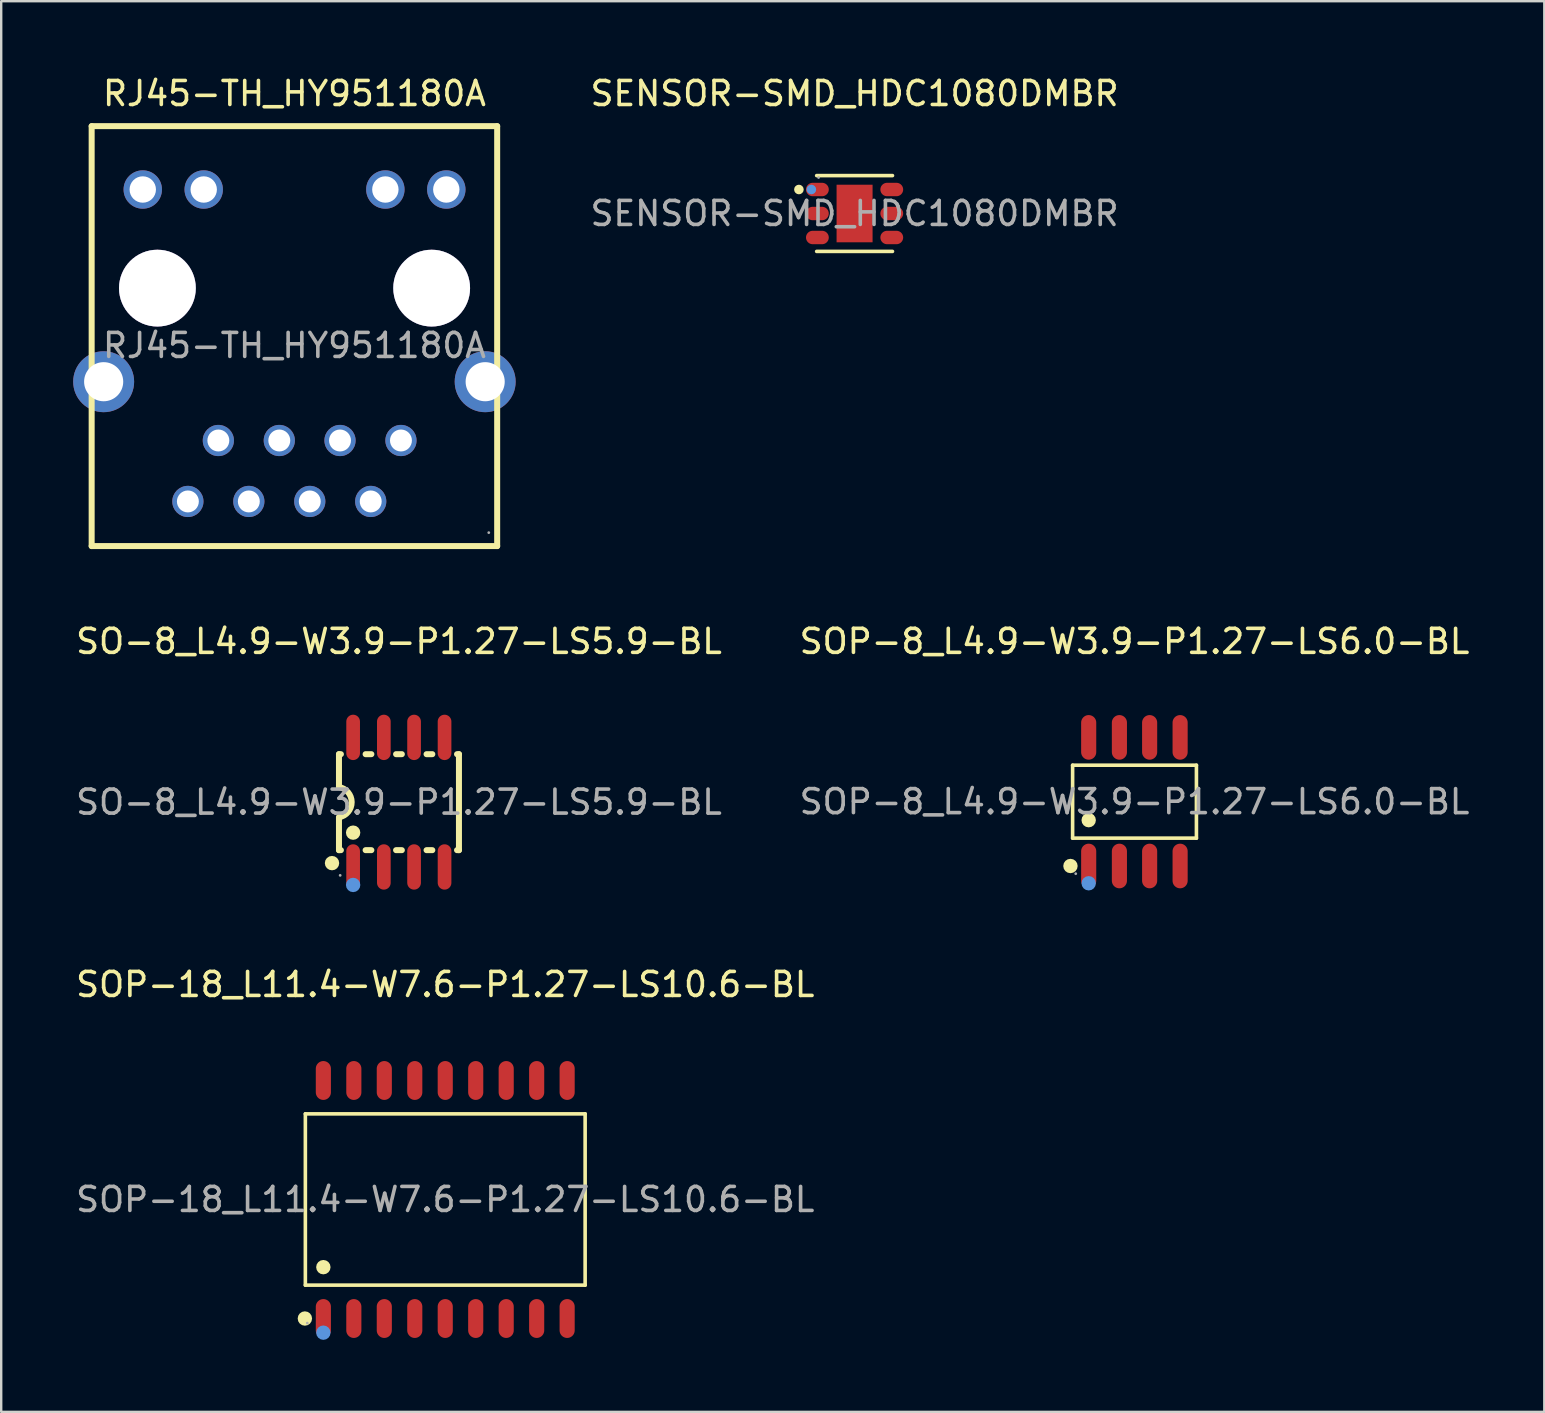
<source format=kicad_pcb>
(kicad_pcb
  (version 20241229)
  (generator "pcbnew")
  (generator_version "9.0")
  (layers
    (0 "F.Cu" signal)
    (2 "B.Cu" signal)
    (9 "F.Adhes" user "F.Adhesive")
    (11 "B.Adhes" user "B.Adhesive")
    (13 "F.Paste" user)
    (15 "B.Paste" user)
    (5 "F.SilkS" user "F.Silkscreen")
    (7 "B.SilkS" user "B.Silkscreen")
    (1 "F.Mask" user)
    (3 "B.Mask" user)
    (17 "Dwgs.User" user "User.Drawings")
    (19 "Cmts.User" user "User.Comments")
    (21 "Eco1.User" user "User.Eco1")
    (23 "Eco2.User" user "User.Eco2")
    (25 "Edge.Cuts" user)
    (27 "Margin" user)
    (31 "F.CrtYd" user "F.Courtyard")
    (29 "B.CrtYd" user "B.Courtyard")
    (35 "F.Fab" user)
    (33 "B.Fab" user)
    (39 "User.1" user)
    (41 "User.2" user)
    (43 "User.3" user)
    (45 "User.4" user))
  (footprint "SENSOR-SMD_HDC1080DMBR"
    (layer "F.Cu")
    (at 32.565 5.848)
    (property "Reference" "SENSOR-SMD_HDC1080DMBR" (at 0 -5 0) (layer "F.SilkS") (effects (font (size 1 1) (thickness 0.15))))
    (attr smd)
    (fp_line (start -1.58 -1.58) (end 1.58 -1.58) (stroke (width 0.15) (type solid)) (layer "F.SilkS"))
    (fp_line (start -1.58 1.58) (end 1.58 1.58) (stroke (width 0.15) (type solid)) (layer "F.SilkS"))
    (fp_circle (center -2.32 -1) (end -2.22 -1) (stroke (width 0.2) (type solid)) (fill no) (layer "F.SilkS"))
    (fp_circle (center -1.8 -1) (end -1.7 -1) (stroke (width 0.2) (type solid)) (fill no) (layer "Cmts.User"))
    (fp_circle (center -1.5 -1.5) (end -1.47 -1.5) (stroke (width 0.06) (type solid)) (fill no) (layer "F.Fab"))
    (fp_text user "${REFERENCE}" (at 0 0 0) (layer "F.Fab") (effects (font (size 1 1) (thickness 0.15))))
    (pad "1" smd oval (at -1.55 -1) (size 0.95 0.56) (layers "F.Cu" "F.Mask" "F.Paste"))
    (pad "2" smd oval (at -1.55 0) (size 0.95 0.56) (layers "F.Cu" "F.Mask" "F.Paste"))
    (pad "3" smd oval (at -1.55 1) (size 0.95 0.56) (layers "F.Cu" "F.Mask" "F.Paste"))
    (pad "4" smd oval (at 1.55 1) (size 0.95 0.56) (layers "F.Cu" "F.Mask" "F.Paste"))
    (pad "5" smd oval (at 1.55 0) (size 0.95 0.56) (layers "F.Cu" "F.Mask" "F.Paste"))
    (pad "6" smd oval (at 1.55 -1) (size 0.95 0.56) (layers "F.Cu" "F.Mask" "F.Paste"))
    (pad "7" smd rect (at 0 0) (size 1.5 2.4) (layers "F.Cu" "F.Mask" "F.Paste")))
  (footprint "SO-8_L4.9-W3.9-P1.27-LS5.9-BL"
    (layer "F.Cu")
    (at 13.577 30.381)
    (property "Reference" "SO-8_L4.9-W3.9-P1.27-LS5.9-BL" (at 0 -6.7 0) (layer "F.SilkS") (effects (font (size 1 1) (thickness 0.15))))
    (attr smd)
    (fp_line (start -2.5 -2) (end -2.5 -0.63) (stroke (width 0.25) (type solid)) (layer "F.SilkS"))
    (fp_line (start -2.5 -2) (end -2.42 -2) (stroke (width 0.25) (type solid)) (layer "F.SilkS"))
    (fp_line (start -2.5 2) (end -2.5 0.63) (stroke (width 0.25) (type solid)) (layer "F.SilkS"))
    (fp_line (start -2.5 2) (end -2.42 2) (stroke (width 0.25) (type solid)) (layer "F.SilkS"))
    (fp_line (start -1.39 -2) (end -1.15 -2) (stroke (width 0.25) (type solid)) (layer "F.SilkS"))
    (fp_line (start -1.39 2) (end -1.15 2) (stroke (width 0.25) (type solid)) (layer "F.SilkS"))
    (fp_line (start -0.12 -2) (end 0.12 -2) (stroke (width 0.25) (type solid)) (layer "F.SilkS"))
    (fp_line (start -0.12 2) (end 0.12 2) (stroke (width 0.25) (type solid)) (layer "F.SilkS"))
    (fp_line (start 1.15 -2) (end 1.39 -2) (stroke (width 0.25) (type solid)) (layer "F.SilkS"))
    (fp_line (start 1.15 2) (end 1.39 2) (stroke (width 0.25) (type solid)) (layer "F.SilkS"))
    (fp_line (start 2.42 -2) (end 2.5 -2) (stroke (width 0.25) (type solid)) (layer "F.SilkS"))
    (fp_line (start 2.42 2) (end 2.5 2) (stroke (width 0.25) (type solid)) (layer "F.SilkS"))
    (fp_line (start 2.5 -2) (end 2.5 2) (stroke (width 0.25) (type solid)) (layer "F.SilkS"))
    (fp_arc (start -2.5 -0.63) (mid -1.970474 -0.002632) (end -2.494818 0.629073) (stroke (width 0.25) (type solid)) (layer "F.SilkS"))
    (fp_circle (center -2.79 2.54) (end -2.64 2.54) (stroke (width 0.3) (type solid)) (fill no) (layer "F.SilkS"))
    (fp_circle (center -1.91 1.27) (end -1.76 1.27) (stroke (width 0.3) (type solid)) (fill no) (layer "F.SilkS"))
    (fp_circle (center -1.91 3.45) (end -1.76 3.45) (stroke (width 0.3) (type solid)) (fill no) (layer "Cmts.User"))
    (fp_circle (center -2.45 3.05) (end -2.42 3.05) (stroke (width 0.06) (type solid)) (fill no) (layer "F.Fab"))
    (fp_text user "${REFERENCE}" (at 0 0 0) (layer "F.Fab") (effects (font (size 1 1) (thickness 0.15))))
    (pad "1" smd oval (at -1.91 2.7) (size 0.57 1.89) (layers "F.Cu" "F.Mask" "F.Paste"))
    (pad "2" smd oval (at -0.63 2.7) (size 0.57 1.89) (layers "F.Cu" "F.Mask" "F.Paste"))
    (pad "3" smd oval (at 0.63 2.7) (size 0.57 1.89) (layers "F.Cu" "F.Mask" "F.Paste"))
    (pad "4" smd oval (at 1.9 2.7) (size 0.57 1.89) (layers "F.Cu" "F.Mask" "F.Paste"))
    (pad "5" smd oval (at 1.9 -2.7) (size 0.57 1.89) (layers "F.Cu" "F.Mask" "F.Paste"))
    (pad "6" smd oval (at 0.63 -2.7) (size 0.57 1.89) (layers "F.Cu" "F.Mask" "F.Paste"))
    (pad "7" smd oval (at -0.63 -2.7) (size 0.57 1.89) (layers "F.Cu" "F.Mask" "F.Paste"))
    (pad "8" smd oval (at -1.91 -2.7) (size 0.57 1.89) (layers "F.Cu" "F.Mask" "F.Paste")))
  (footprint "SOP-8_L4.9-W3.9-P1.27-LS6.0-BL"
    (layer "F.Cu")
    (at 44.232 30.361)
    (property "Reference" "SOP-8_L4.9-W3.9-P1.27-LS6.0-BL" (at 0 -6.68 0) (layer "F.SilkS") (effects (font (size 1 1) (thickness 0.15))))
    (attr smd)
    (fp_line (start -2.58 -1.52) (end 2.58 -1.52) (stroke (width 0.15) (type solid)) (layer "F.SilkS"))
    (fp_line (start -2.58 1.52) (end -2.58 -1.52) (stroke (width 0.15) (type solid)) (layer "F.SilkS"))
    (fp_line (start 2.58 -1.52) (end 2.58 1.52) (stroke (width 0.15) (type solid)) (layer "F.SilkS"))
    (fp_line (start 2.58 1.52) (end -2.58 1.52) (stroke (width 0.15) (type solid)) (layer "F.SilkS"))
    (fp_circle (center -2.67 2.68) (end -2.52 2.68) (stroke (width 0.3) (type solid)) (fill no) (layer "F.SilkS"))
    (fp_circle (center -1.91 0.77) (end -1.76 0.77) (stroke (width 0.3) (type solid)) (fill no) (layer "F.SilkS"))
    (fp_circle (center -1.91 3.4) (end -1.76 3.4) (stroke (width 0.3) (type solid)) (fill no) (layer "Cmts.User"))
    (fp_circle (center -2.45 3) (end -2.42 3) (stroke (width 0.06) (type solid)) (fill no) (layer "F.Fab"))
    (fp_text user "${REFERENCE}" (at 0 0 0) (layer "F.Fab") (effects (font (size 1 1) (thickness 0.15))))
    (pad "1" smd oval (at -1.91 2.68) (size 0.63 1.86) (layers "F.Cu" "F.Mask" "F.Paste"))
    (pad "2" smd oval (at -0.63 2.68) (size 0.63 1.86) (layers "F.Cu" "F.Mask" "F.Paste"))
    (pad "3" smd oval (at 0.63 2.68) (size 0.63 1.86) (layers "F.Cu" "F.Mask" "F.Paste"))
    (pad "4" smd oval (at 1.9 2.68) (size 0.63 1.86) (layers "F.Cu" "F.Mask" "F.Paste"))
    (pad "5" smd oval (at 1.9 -2.68) (size 0.63 1.86) (layers "F.Cu" "F.Mask" "F.Paste"))
    (pad "6" smd oval (at 0.63 -2.68) (size 0.63 1.86) (layers "F.Cu" "F.Mask" "F.Paste"))
    (pad "7" smd oval (at -0.63 -2.68) (size 0.63 1.86) (layers "F.Cu" "F.Mask" "F.Paste"))
    (pad "8" smd oval (at -1.91 -2.68) (size 0.63 1.86) (layers "F.Cu" "F.Mask" "F.Paste")))
  (footprint "SOP-18_L11.4-W7.6-P1.27-LS10.6-BL"
    (layer "F.Cu")
    (at 15.506 46.94)
    (property "Reference" "SOP-18_L11.4-W7.6-P1.27-LS10.6-BL" (at 0 -8.96 0) (layer "F.SilkS") (effects (font (size 1 1) (thickness 0.15))))
    (attr smd)
    (fp_line (start -5.83 -3.57) (end 5.83 -3.57) (stroke (width 0.15) (type solid)) (layer "F.SilkS"))
    (fp_line (start -5.83 3.57) (end -5.83 -3.57) (stroke (width 0.15) (type solid)) (layer "F.SilkS"))
    (fp_line (start 5.83 -3.57) (end 5.83 3.57) (stroke (width 0.15) (type solid)) (layer "F.SilkS"))
    (fp_line (start 5.83 3.57) (end -5.83 3.57) (stroke (width 0.15) (type solid)) (layer "F.SilkS"))
    (fp_circle (center -5.85 4.96) (end -5.7 4.96) (stroke (width 0.3) (type solid)) (fill no) (layer "F.SilkS"))
    (fp_circle (center -5.08 2.82) (end -4.93 2.82) (stroke (width 0.3) (type solid)) (fill no) (layer "F.SilkS"))
    (fp_circle (center -5.08 5.55) (end -4.93 5.55) (stroke (width 0.3) (type solid)) (fill no) (layer "Cmts.User"))
    (fp_circle (center -5.75 5.15) (end -5.72 5.15) (stroke (width 0.06) (type solid)) (fill no) (layer "F.Fab"))
    (fp_text user "${REFERENCE}" (at 0 0 0) (layer "F.Fab") (effects (font (size 1 1) (thickness 0.15))))
    (pad "1" smd oval (at -5.08 4.96) (size 0.63 1.62) (layers "F.Cu" "F.Mask" "F.Paste"))
    (pad "2" smd oval (at -3.81 4.96) (size 0.63 1.62) (layers "F.Cu" "F.Mask" "F.Paste"))
    (pad "3" smd oval (at -2.54 4.96) (size 0.63 1.62) (layers "F.Cu" "F.Mask" "F.Paste"))
    (pad "4" smd oval (at -1.27 4.96) (size 0.63 1.62) (layers "F.Cu" "F.Mask" "F.Paste"))
    (pad "5" smd oval (at 0 4.96) (size 0.63 1.62) (layers "F.Cu" "F.Mask" "F.Paste"))
    (pad "6" smd oval (at 1.27 4.96) (size 0.63 1.62) (layers "F.Cu" "F.Mask" "F.Paste"))
    (pad "7" smd oval (at 2.54 4.96) (size 0.63 1.62) (layers "F.Cu" "F.Mask" "F.Paste"))
    (pad "8" smd oval (at 3.81 4.96) (size 0.63 1.62) (layers "F.Cu" "F.Mask" "F.Paste"))
    (pad "9" smd oval (at 5.08 4.96) (size 0.63 1.62) (layers "F.Cu" "F.Mask" "F.Paste"))
    (pad "10" smd oval (at 5.08 -4.96) (size 0.63 1.62) (layers "F.Cu" "F.Mask" "F.Paste"))
    (pad "11" smd oval (at 3.81 -4.96) (size 0.63 1.62) (layers "F.Cu" "F.Mask" "F.Paste"))
    (pad "12" smd oval (at 2.54 -4.96) (size 0.63 1.62) (layers "F.Cu" "F.Mask" "F.Paste"))
    (pad "13" smd oval (at 1.27 -4.96) (size 0.63 1.62) (layers "F.Cu" "F.Mask" "F.Paste"))
    (pad "14" smd oval (at 0 -4.96) (size 0.63 1.62) (layers "F.Cu" "F.Mask" "F.Paste"))
    (pad "15" smd oval (at -1.27 -4.96) (size 0.63 1.62) (layers "F.Cu" "F.Mask" "F.Paste"))
    (pad "16" smd oval (at -2.54 -4.96) (size 0.63 1.62) (layers "F.Cu" "F.Mask" "F.Paste"))
    (pad "17" smd oval (at -3.81 -4.96) (size 0.63 1.62) (layers "F.Cu" "F.Mask" "F.Paste"))
    (pad "18" smd oval (at -5.08 -4.96) (size 0.63 1.62) (layers "F.Cu" "F.Mask" "F.Paste")))
  (footprint "RJ45-TH_HY951180A"
    (layer "F.Cu")
    (at 9.22 11.348)
    (property "Reference" "RJ45-TH_HY951180A" (at 0 -10.5 0) (layer "F.SilkS") (effects (font (size 1 1) (thickness 0.15))))
    (attr through_hole)
    (fp_line (start -8.45 -9.14) (end -8.45 8.36) (stroke (width 0.25) (type solid)) (layer "F.SilkS"))
    (fp_line (start -8.45 -9.14) (end 8.45 -9.14) (stroke (width 0.25) (type solid)) (layer "F.SilkS"))
    (fp_line (start -8.45 8.36) (end 8.45 8.36) (stroke (width 0.25) (type solid)) (layer "F.SilkS"))
    (fp_line (start 8.45 -9.14) (end 8.45 8.36) (stroke (width 0.25) (type solid)) (layer "F.SilkS"))
    (fp_circle (center -5.71 -2.39) (end -4.96 -2.39) (stroke (width 1.5) (type solid)) (fill no) (layer "Cmts.User"))
    (fp_circle (center 5.72 -2.39) (end 6.47 -2.39) (stroke (width 1.5) (type solid)) (fill no) (layer "Cmts.User"))
    (fp_circle (center 8.1 7.8) (end 8.13 7.8) (stroke (width 0.06) (type solid)) (fill no) (layer "F.Fab"))
    (fp_text user "${REFERENCE}" (at 0 0 0) (layer "F.Fab") (effects (font (size 1 1) (thickness 0.15))))
    (pad "" thru_hole circle (at -5.71 -2.39) (size 3.2 3.2) (drill 3.2) (layers "*.Cu" "*.Mask"))
    (pad "" thru_hole circle (at 5.72 -2.39) (size 3.2 3.2) (drill 3.2) (layers "*.Cu" "*.Mask"))
    (pad "1" thru_hole circle (at 4.44 3.96) (size 1.3 1.3) (drill 0.914) (layers "*.Cu" "*.Mask"))
    (pad "2" thru_hole circle (at 3.18 6.5) (size 1.3 1.3) (drill 0.914) (layers "*.Cu" "*.Mask"))
    (pad "3" thru_hole circle (at 1.9 3.96) (size 1.3 1.3) (drill 0.914) (layers "*.Cu" "*.Mask"))
    (pad "4" thru_hole circle (at 0.64 6.5) (size 1.3 1.3) (drill 0.914) (layers "*.Cu" "*.Mask"))
    (pad "5" thru_hole circle (at -0.63 3.96) (size 1.3 1.3) (drill 0.914) (layers "*.Cu" "*.Mask"))
    (pad "6" thru_hole circle (at -1.9 6.5) (size 1.3 1.3) (drill 0.914) (layers "*.Cu" "*.Mask"))
    (pad "7" thru_hole circle (at -3.17 3.96) (size 1.3 1.3) (drill 0.914) (layers "*.Cu" "*.Mask"))
    (pad "8" thru_hole circle (at -4.44 6.5) (size 1.3 1.3) (drill 0.914) (layers "*.Cu" "*.Mask"))
    (pad "9" thru_hole circle (at 6.33 -6.5) (size 1.6 1.6) (drill 1.1) (layers "*.Cu" "*.Mask"))
    (pad "10" thru_hole circle (at 3.79 -6.5) (size 1.6 1.6) (drill 1.1) (layers "*.Cu" "*.Mask"))
    (pad "11" thru_hole circle (at -3.78 -6.5) (size 1.6 1.6) (drill 1.1) (layers "*.Cu" "*.Mask"))
    (pad "12" thru_hole circle (at -6.32 -6.5) (size 1.6 1.6) (drill 1.1) (layers "*.Cu" "*.Mask"))
    (pad "13" thru_hole circle (at 7.95 1.51) (size 2.54 2.54) (drill 1.63) (layers "*.Cu" "*.Mask"))
    (pad "14" thru_hole circle (at -7.95 1.51) (size 2.54 2.54) (drill 1.63) (layers "*.Cu" "*.Mask")))
  (gr_rect
    (start -3 -3)
    (end 61.31 55.79)
    (stroke (width 0.1) (type default))
    (fill no)
    (layer "Edge.Cuts")))
</source>
